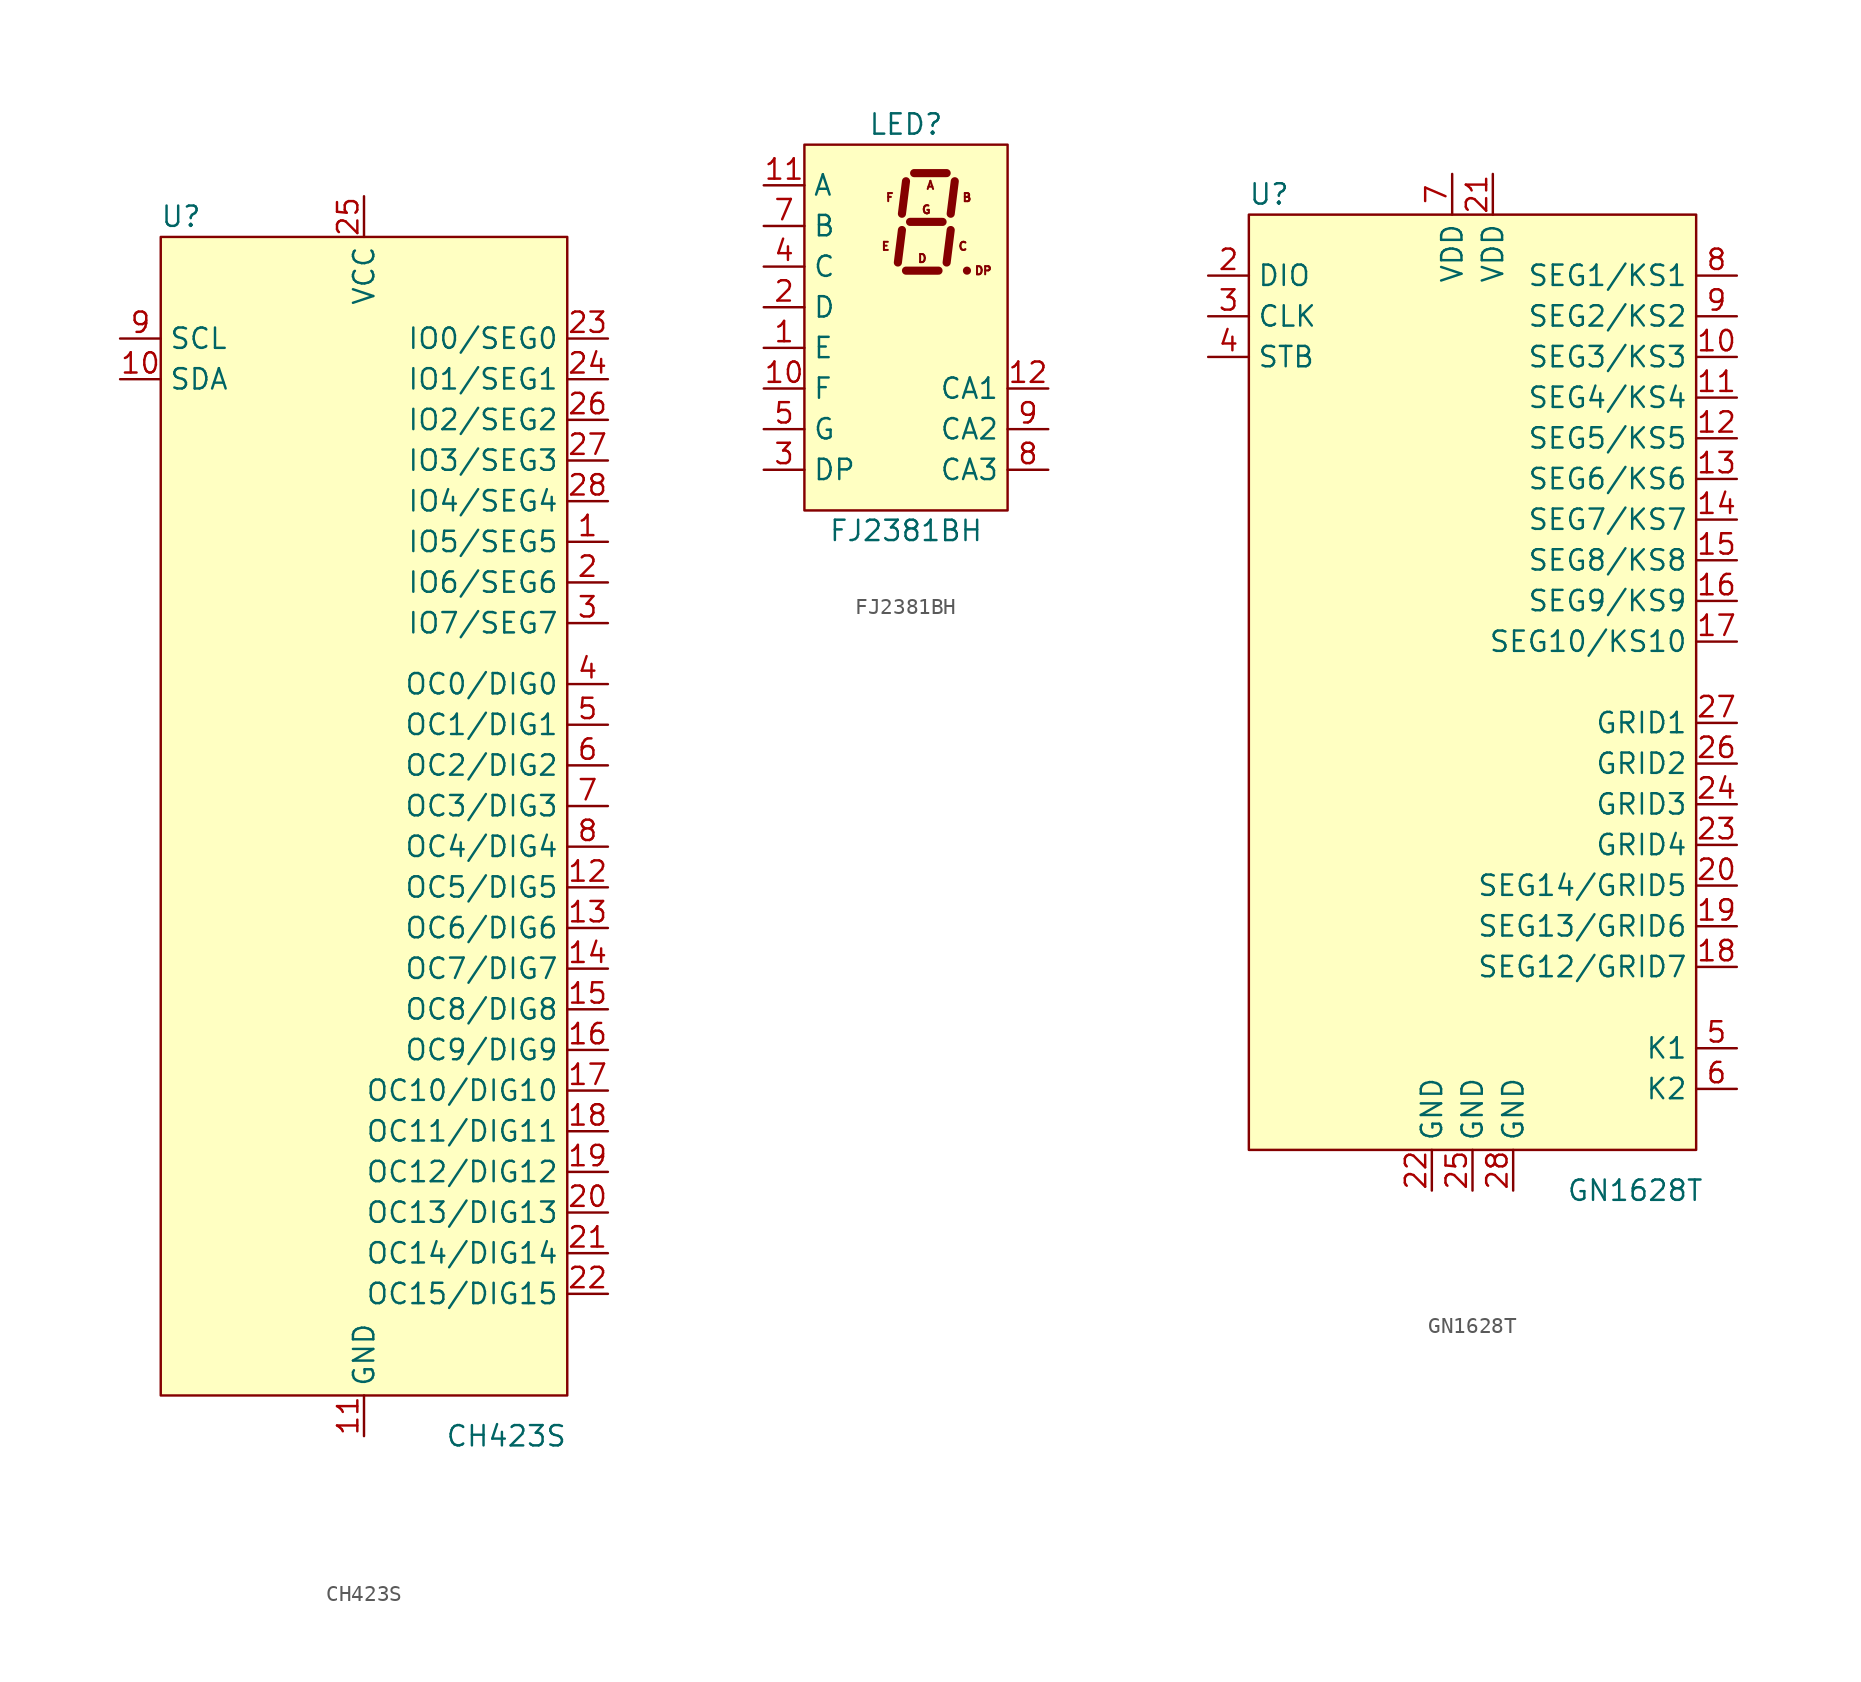
<source format=kicad_sym>
(kicad_symbol_lib
  (version 20211014)
  (generator kicad_symbol_editor)
  (symbol "CH423S"
    (property "Reference" "U"
      (at -11.43 39.37 0)
      (effects (font (size 1.27 1.27))))
    (property "Value" "CH423S"
      (at 8.89 -36.83 0)
      (effects (font (size 1.27 1.27))))
    (symbol "CH423S_0_0"
      (pin bidirectional line (at 15.24 19.05 180) (length 2.54) (name "IO5/SEG5" (effects (font (size 1.27 1.27)))) (number "1" (effects (font (size 1.27 1.27)))))
      (pin bidirectional line (at -15.24 29.21 0) (length 2.54) (name "SDA" (effects (font (size 1.27 1.27)))) (number "10" (effects (font (size 1.27 1.27)))))
      (pin power_in line (at 0 -36.83 90) (length 2.54) (name "GND" (effects (font (size 1.27 1.27)))) (number "11" (effects (font (size 1.27 1.27)))))
      (pin input line (at 15.24 -2.54 180) (length 2.54) (name "OC5/DIG5" (effects (font (size 1.27 1.27)))) (number "12" (effects (font (size 1.27 1.27)))))
      (pin input line (at 15.24 -5.08 180) (length 2.54) (name "OC6/DIG6" (effects (font (size 1.27 1.27)))) (number "13" (effects (font (size 1.27 1.27)))))
      (pin input line (at 15.24 -7.62 180) (length 2.54) (name "OC7/DIG7" (effects (font (size 1.27 1.27)))) (number "14" (effects (font (size 1.27 1.27)))))
      (pin input line (at 15.24 -10.16 180) (length 2.54) (name "OC8/DIG8" (effects (font (size 1.27 1.27)))) (number "15" (effects (font (size 1.27 1.27)))))
      (pin input line (at 15.24 -12.7 180) (length 2.54) (name "OC9/DIG9" (effects (font (size 1.27 1.27)))) (number "16" (effects (font (size 1.27 1.27)))))
      (pin input line (at 15.24 -15.24 180) (length 2.54) (name "OC10/DIG10" (effects (font (size 1.27 1.27)))) (number "17" (effects (font (size 1.27 1.27)))))
      (pin input line (at 15.24 -17.78 180) (length 2.54) (name "OC11/DIG11" (effects (font (size 1.27 1.27)))) (number "18" (effects (font (size 1.27 1.27)))))
      (pin input line (at 15.24 -20.32 180) (length 2.54) (name "OC12/DIG12" (effects (font (size 1.27 1.27)))) (number "19" (effects (font (size 1.27 1.27)))))
      (pin bidirectional line (at 15.24 16.51 180) (length 2.54) (name "IO6/SEG6" (effects (font (size 1.27 1.27)))) (number "2" (effects (font (size 1.27 1.27)))))
      (pin input line (at 15.24 -22.86 180) (length 2.54) (name "OC13/DIG13" (effects (font (size 1.27 1.27)))) (number "20" (effects (font (size 1.27 1.27)))))
      (pin input line (at 15.24 -25.4 180) (length 2.54) (name "OC14/DIG14" (effects (font (size 1.27 1.27)))) (number "21" (effects (font (size 1.27 1.27)))))
      (pin input line (at 15.24 -27.94 180) (length 2.54) (name "OC15/DIG15" (effects (font (size 1.27 1.27)))) (number "22" (effects (font (size 1.27 1.27)))))
      (pin bidirectional line (at 15.24 31.75 180) (length 2.54) (name "IO0/SEG0" (effects (font (size 1.27 1.27)))) (number "23" (effects (font (size 1.27 1.27)))))
      (pin bidirectional line (at 15.24 29.21 180) (length 2.54) (name "IO1/SEG1" (effects (font (size 1.27 1.27)))) (number "24" (effects (font (size 1.27 1.27)))))
      (pin power_in line (at 0 40.64 270) (length 2.54) (name "VCC" (effects (font (size 1.27 1.27)))) (number "25" (effects (font (size 1.27 1.27)))))
      (pin bidirectional line (at 15.24 26.67 180) (length 2.54) (name "IO2/SEG2" (effects (font (size 1.27 1.27)))) (number "26" (effects (font (size 1.27 1.27)))))
      (pin bidirectional line (at 15.24 24.13 180) (length 2.54) (name "IO3/SEG3" (effects (font (size 1.27 1.27)))) (number "27" (effects (font (size 1.27 1.27)))))
      (pin bidirectional line (at 15.24 21.59 180) (length 2.54) (name "IO4/SEG4" (effects (font (size 1.27 1.27)))) (number "28" (effects (font (size 1.27 1.27)))))
      (pin bidirectional line (at 15.24 13.97 180) (length 2.54) (name "IO7/SEG7" (effects (font (size 1.27 1.27)))) (number "3" (effects (font (size 1.27 1.27)))))
      (pin input line (at 15.24 10.16 180) (length 2.54) (name "OC0/DIG0" (effects (font (size 1.27 1.27)))) (number "4" (effects (font (size 1.27 1.27)))))
      (pin input line (at 15.24 7.62 180) (length 2.54) (name "OC1/DIG1" (effects (font (size 1.27 1.27)))) (number "5" (effects (font (size 1.27 1.27)))))
      (pin input line (at 15.24 5.08 180) (length 2.54) (name "OC2/DIG2" (effects (font (size 1.27 1.27)))) (number "6" (effects (font (size 1.27 1.27)))))
      (pin input line (at 15.24 2.54 180) (length 2.54) (name "OC3/DIG3" (effects (font (size 1.27 1.27)))) (number "7" (effects (font (size 1.27 1.27)))))
      (pin input line (at 15.24 0 180) (length 2.54) (name "OC4/DIG4" (effects (font (size 1.27 1.27)))) (number "8" (effects (font (size 1.27 1.27)))))
      (pin bidirectional line (at -15.24 31.75 0) (length 2.54) (name "SCL" (effects (font (size 1.27 1.27)))) (number "9" (effects (font (size 1.27 1.27))))))
    (symbol "CH423S_0_1"
      (rectangle (start -12.7 38.1) (end 12.7 -34.29) (stroke (width 0) (type default) (color 0 0 0 0)) (fill (type background)))))
  (symbol "FJ2381BH"
    (property "Reference" "LED"
      (at 0 12.7 0)
      (effects (font (size 1.27 1.27))))
    (property "Value" "FJ2381BH"
      (at 0 -12.7 0)
      (effects (font (size 1.27 1.27))))
    (symbol "FJ2381BH_0_0"
      (pin input line (at -8.89 -1.27 0) (length 2.54) (name "E" (effects (font (size 1.27 1.27)))) (number "1" (effects (font (size 1.27 1.27)))))
      (pin input line (at -8.89 -3.81 0) (length 2.54) (name "F" (effects (font (size 1.27 1.27)))) (number "10" (effects (font (size 1.27 1.27)))))
      (pin input line (at -8.89 8.89 0) (length 2.54) (name "A" (effects (font (size 1.27 1.27)))) (number "11" (effects (font (size 1.27 1.27)))))
      (pin input line (at 8.89 -3.81 180) (length 2.54) (name "CA1" (effects (font (size 1.27 1.27)))) (number "12" (effects (font (size 1.27 1.27)))))
      (pin input line (at -8.89 1.27 0) (length 2.54) (name "D" (effects (font (size 1.27 1.27)))) (number "2" (effects (font (size 1.27 1.27)))))
      (pin input line (at -8.89 -8.89 0) (length 2.54) (name "DP" (effects (font (size 1.27 1.27)))) (number "3" (effects (font (size 1.27 1.27)))))
      (pin input line (at -8.89 3.81 0) (length 2.54) (name "C" (effects (font (size 1.27 1.27)))) (number "4" (effects (font (size 1.27 1.27)))))
      (pin input line (at -8.89 -6.35 0) (length 2.54) (name "G" (effects (font (size 1.27 1.27)))) (number "5" (effects (font (size 1.27 1.27)))))
      (pin input line (at -8.89 6.35 0) (length 2.54) (name "B" (effects (font (size 1.27 1.27)))) (number "7" (effects (font (size 1.27 1.27)))))
      (pin input line (at 8.89 -8.89 180) (length 2.54) (name "CA3" (effects (font (size 1.27 1.27)))) (number "8" (effects (font (size 1.27 1.27)))))
      (pin input line (at 8.89 -6.35 180) (length 2.54) (name "CA2" (effects (font (size 1.27 1.27)))) (number "9" (effects (font (size 1.27 1.27))))))
    (symbol "FJ2381BH_0_1"
      (rectangle (start -6.35 11.43) (end 6.35 -11.43) (stroke (width 0) (type default) (color 0 0 0 0)) (fill (type background))))
    (symbol "FJ2381BH_1_0"
      (text "A" (at 1.524 8.89 0) (effects (font (size 0.508 0.508))))
      (text "B" (at 3.81 8.128 0) (effects (font (size 0.508 0.508))))
      (text "C" (at 3.556 5.08 0) (effects (font (size 0.508 0.508))))
      (text "D" (at 1.016 4.318 0) (effects (font (size 0.508 0.508))))
      (text "DP" (at 4.826 3.556 0) (effects (font (size 0.508 0.508))))
      (text "E" (at -1.27 5.08 0) (effects (font (size 0.508 0.508))))
      (text "F" (at -1.016 8.128 0) (effects (font (size 0.508 0.508))))
      (text "G" (at 1.27 7.366 0) (effects (font (size 0.508 0.508)))))
    (symbol "FJ2381BH_1_1"
      (polyline (pts (xy -0.254 6.096) (xy -0.508 4.064)) (stroke (width 0.508) (type default) (color 0 0 0 0)) (fill (type none)))
      (polyline (pts (xy 0 3.556) (xy 2.032 3.556)) (stroke (width 0.508) (type default) (color 0 0 0 0)) (fill (type none)))
      (polyline (pts (xy 0 9.144) (xy -0.254 7.112)) (stroke (width 0.508) (type default) (color 0 0 0 0)) (fill (type none)))
      (polyline (pts (xy 0.254 6.604) (xy 2.286 6.604)) (stroke (width 0.508) (type default) (color 0 0 0 0)) (fill (type none)))
      (polyline (pts (xy 0.508 9.652) (xy 2.54 9.652)) (stroke (width 0.508) (type default) (color 0 0 0 0)) (fill (type none)))
      (polyline (pts (xy 2.794 6.096) (xy 2.54 4.064)) (stroke (width 0.508) (type default) (color 0 0 0 0)) (fill (type none)))
      (polyline (pts (xy 3.048 9.144) (xy 2.794 7.112)) (stroke (width 0.508) (type default) (color 0 0 0 0)) (fill (type none)))
      (polyline (pts (xy 3.81 3.556) (xy 3.81 3.556)) (stroke (width 0.508) (type default) (color 0 0 0 0)) (fill (type none)))))
  (symbol "GN1628T"
    (property "Reference" "U"
      (at -12.7 30.48 0)
      (effects (font (size 1.27 1.27))))
    (property "Value" "GN1628T"
      (at 10.16 -31.75 0)
      (effects (font (size 1.27 1.27))))
    (symbol "GN1628T_0_0"
      (pin no_connect line (at -16.51 16.51 0) (length 2.54) hide (name "NC" (effects (font (size 1.27 1.27)))) (number "1" (effects (font (size 1.27 1.27)))))
      (pin output line (at 16.51 20.32 180) (length 2.54) (name "SEG3/KS3" (effects (font (size 1.27 1.27)))) (number "10" (effects (font (size 1.27 1.27)))))
      (pin output line (at 16.51 17.78 180) (length 2.54) (name "SEG4/KS4" (effects (font (size 1.27 1.27)))) (number "11" (effects (font (size 1.27 1.27)))))
      (pin output line (at 16.51 15.24 180) (length 2.54) (name "SEG5/KS5" (effects (font (size 1.27 1.27)))) (number "12" (effects (font (size 1.27 1.27)))))
      (pin output line (at 16.51 12.7 180) (length 2.54) (name "SEG6/KS6" (effects (font (size 1.27 1.27)))) (number "13" (effects (font (size 1.27 1.27)))))
      (pin output line (at 16.51 10.16 180) (length 2.54) (name "SEG7/KS7" (effects (font (size 1.27 1.27)))) (number "14" (effects (font (size 1.27 1.27)))))
      (pin output line (at 16.51 7.62 180) (length 2.54) (name "SEG8/KS8" (effects (font (size 1.27 1.27)))) (number "15" (effects (font (size 1.27 1.27)))))
      (pin output line (at 16.51 5.08 180) (length 2.54) (name "SEG9/KS9" (effects (font (size 1.27 1.27)))) (number "16" (effects (font (size 1.27 1.27)))))
      (pin output line (at 16.51 2.54 180) (length 2.54) (name "SEG10/KS10" (effects (font (size 1.27 1.27)))) (number "17" (effects (font (size 1.27 1.27)))))
      (pin output line (at 16.51 -17.78 180) (length 2.54) (name "SEG12/GRID7" (effects (font (size 1.27 1.27)))) (number "18" (effects (font (size 1.27 1.27)))))
      (pin output line (at 16.51 -15.24 180) (length 2.54) (name "SEG13/GRID6" (effects (font (size 1.27 1.27)))) (number "19" (effects (font (size 1.27 1.27)))))
      (pin bidirectional line (at -16.51 25.4 0) (length 2.54) (name "DIO" (effects (font (size 1.27 1.27)))) (number "2" (effects (font (size 1.27 1.27)))))
      (pin output line (at 16.51 -12.7 180) (length 2.54) (name "SEG14/GRID5" (effects (font (size 1.27 1.27)))) (number "20" (effects (font (size 1.27 1.27)))))
      (pin power_in line (at 1.27 31.75 270) (length 2.54) (name "VDD" (effects (font (size 1.27 1.27)))) (number "21" (effects (font (size 1.27 1.27)))))
      (pin power_in line (at -2.54 -31.75 90) (length 2.54) (name "GND" (effects (font (size 1.27 1.27)))) (number "22" (effects (font (size 1.27 1.27)))))
      (pin output line (at 16.51 -10.16 180) (length 2.54) (name "GRID4" (effects (font (size 1.27 1.27)))) (number "23" (effects (font (size 1.27 1.27)))))
      (pin output line (at 16.51 -7.62 180) (length 2.54) (name "GRID3" (effects (font (size 1.27 1.27)))) (number "24" (effects (font (size 1.27 1.27)))))
      (pin power_in line (at 0 -31.75 90) (length 2.54) (name "GND" (effects (font (size 1.27 1.27)))) (number "25" (effects (font (size 1.27 1.27)))))
      (pin output line (at 16.51 -5.08 180) (length 2.54) (name "GRID2" (effects (font (size 1.27 1.27)))) (number "26" (effects (font (size 1.27 1.27)))))
      (pin output line (at 16.51 -2.54 180) (length 2.54) (name "GRID1" (effects (font (size 1.27 1.27)))) (number "27" (effects (font (size 1.27 1.27)))))
      (pin power_in line (at 2.54 -31.75 90) (length 2.54) (name "GND" (effects (font (size 1.27 1.27)))) (number "28" (effects (font (size 1.27 1.27)))))
      (pin input line (at -16.51 22.86 0) (length 2.54) (name "CLK" (effects (font (size 1.27 1.27)))) (number "3" (effects (font (size 1.27 1.27)))))
      (pin input line (at -16.51 20.32 0) (length 2.54) (name "STB" (effects (font (size 1.27 1.27)))) (number "4" (effects (font (size 1.27 1.27)))))
      (pin input line (at 16.51 -22.86 180) (length 2.54) (name "K1" (effects (font (size 1.27 1.27)))) (number "5" (effects (font (size 1.27 1.27)))))
      (pin input line (at 16.51 -25.4 180) (length 2.54) (name "K2" (effects (font (size 1.27 1.27)))) (number "6" (effects (font (size 1.27 1.27)))))
      (pin power_in line (at -1.27 31.75 270) (length 2.54) (name "VDD" (effects (font (size 1.27 1.27)))) (number "7" (effects (font (size 1.27 1.27)))))
      (pin output line (at 16.51 25.4 180) (length 2.54) (name "SEG1/KS1" (effects (font (size 1.27 1.27)))) (number "8" (effects (font (size 1.27 1.27)))))
      (pin output line (at 16.51 22.86 180) (length 2.54) (name "SEG2/KS2" (effects (font (size 1.27 1.27)))) (number "9" (effects (font (size 1.27 1.27))))))
    (symbol "GN1628T_0_1"
      (rectangle (start -13.97 29.21) (end 13.97 -29.21) (stroke (width 0) (type default) (color 0 0 0 0)) (fill (type background))))))
</source>
